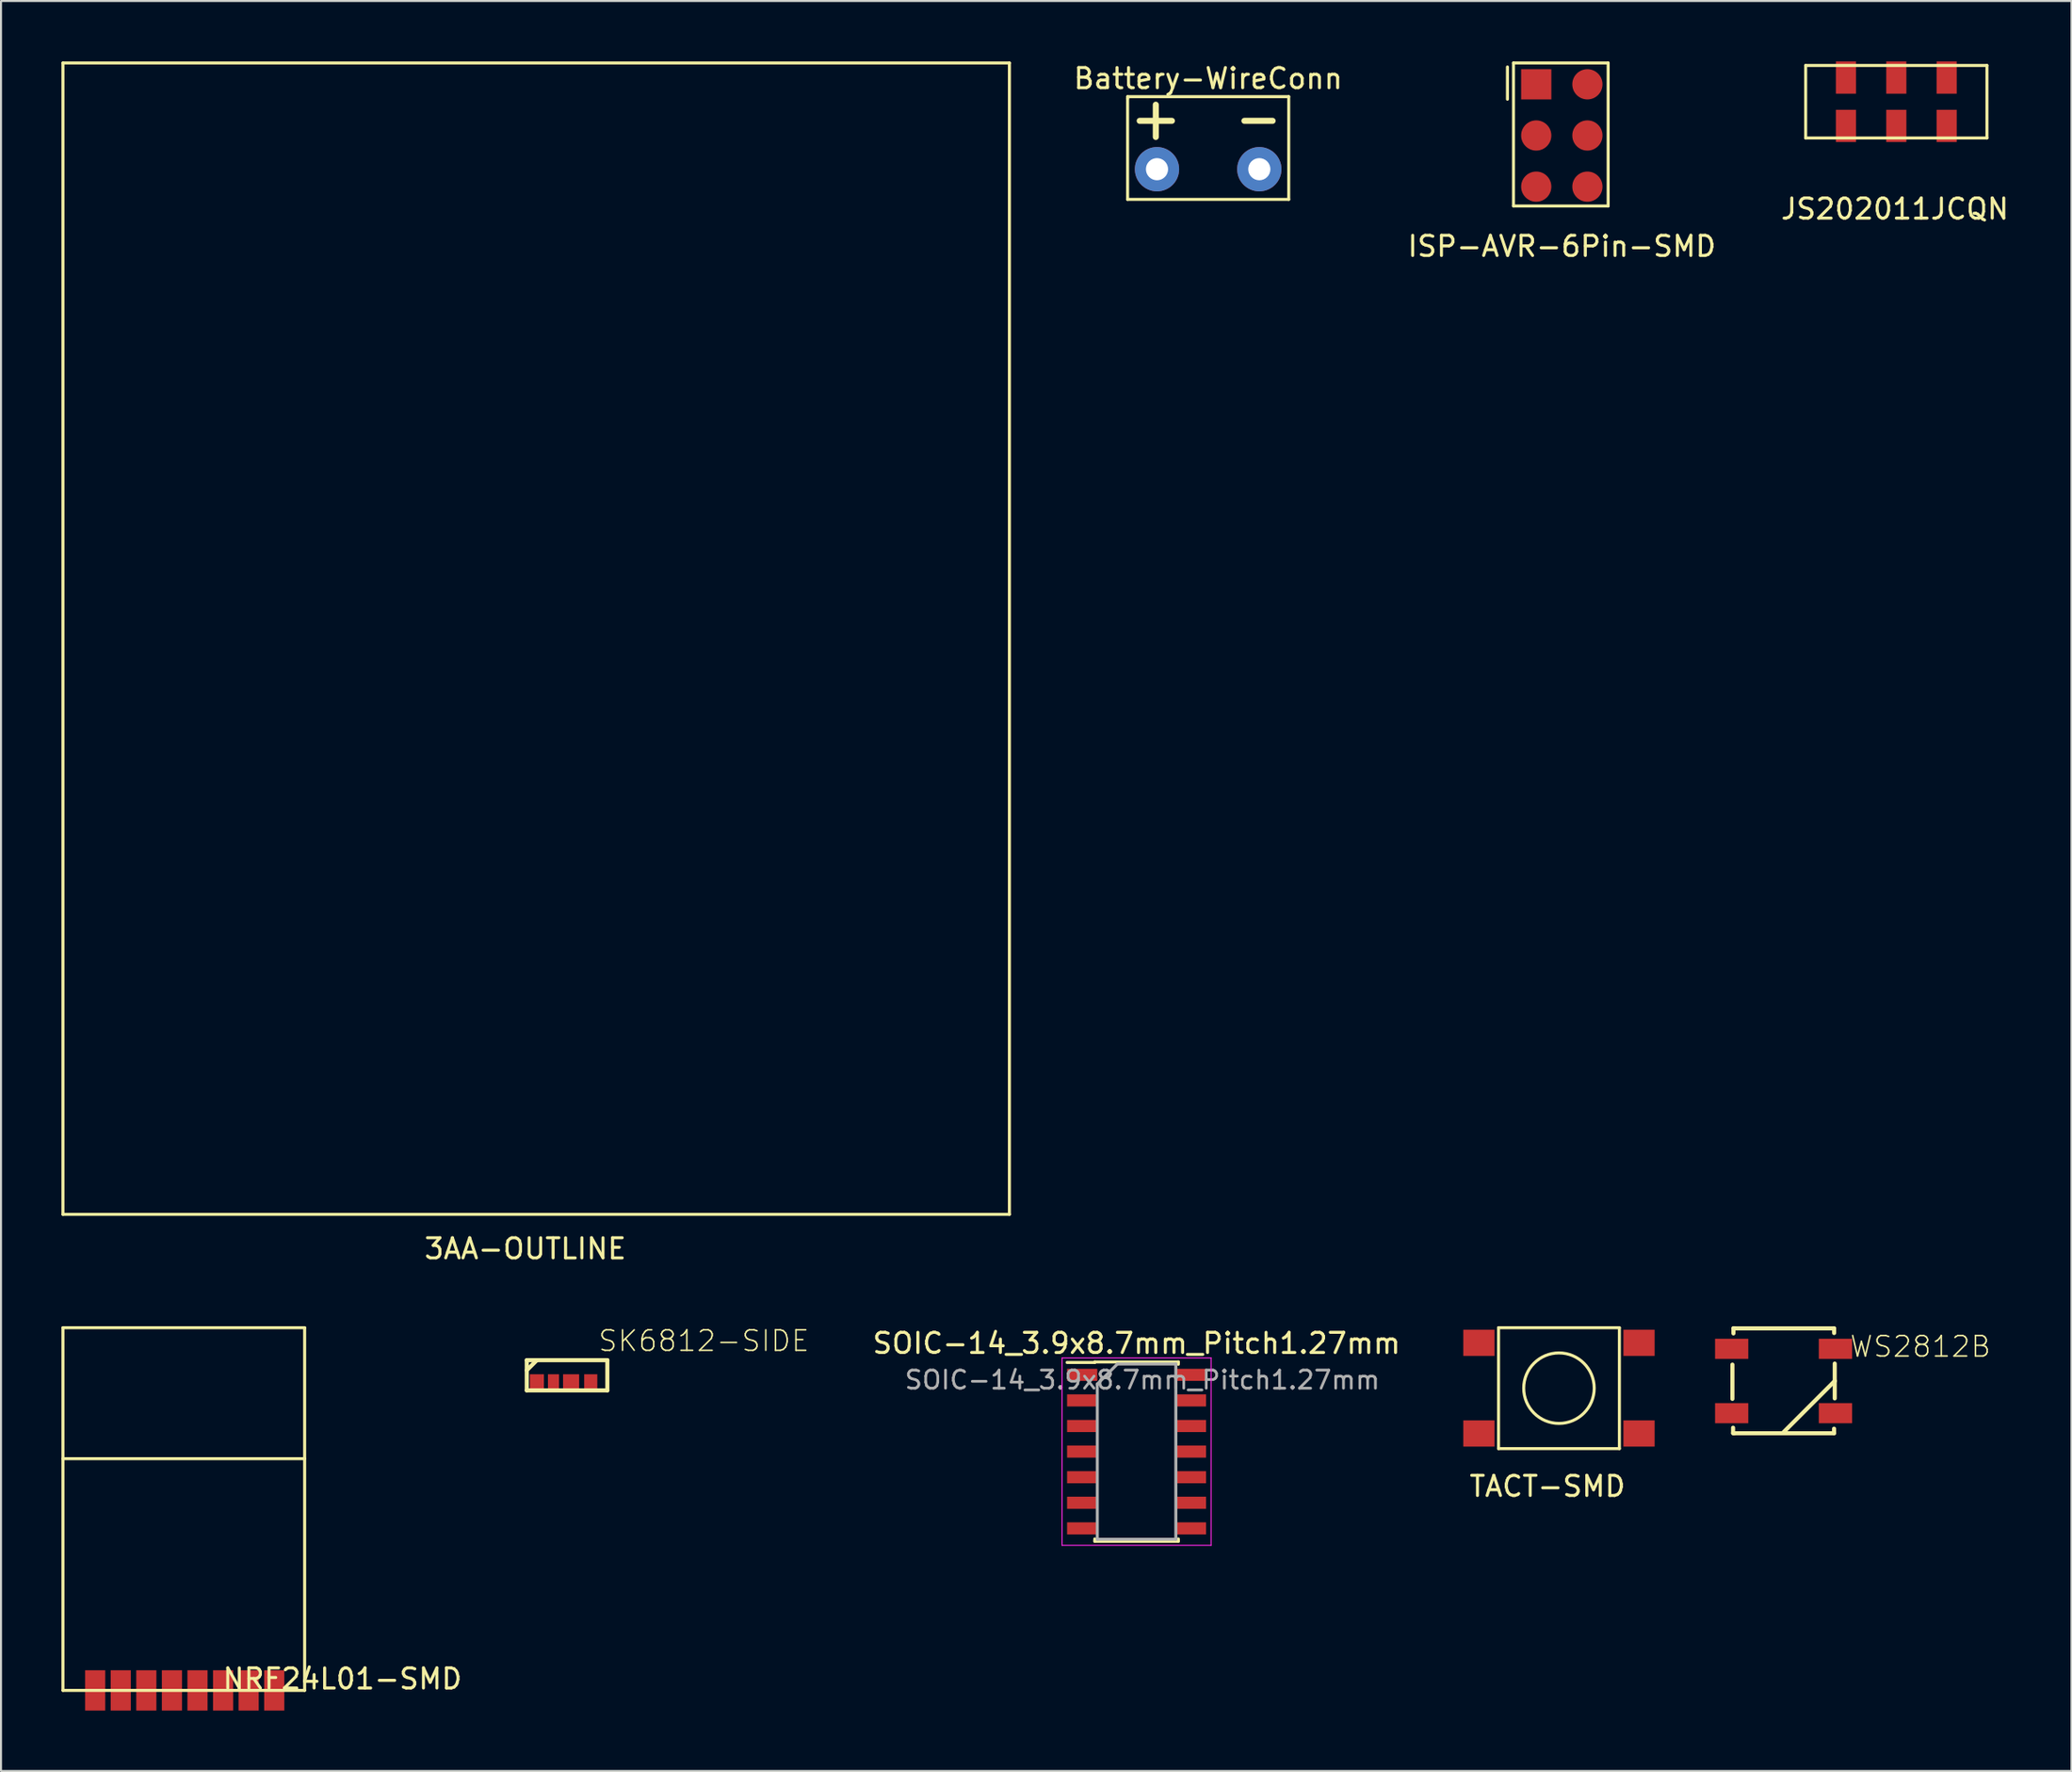
<source format=kicad_pcb>
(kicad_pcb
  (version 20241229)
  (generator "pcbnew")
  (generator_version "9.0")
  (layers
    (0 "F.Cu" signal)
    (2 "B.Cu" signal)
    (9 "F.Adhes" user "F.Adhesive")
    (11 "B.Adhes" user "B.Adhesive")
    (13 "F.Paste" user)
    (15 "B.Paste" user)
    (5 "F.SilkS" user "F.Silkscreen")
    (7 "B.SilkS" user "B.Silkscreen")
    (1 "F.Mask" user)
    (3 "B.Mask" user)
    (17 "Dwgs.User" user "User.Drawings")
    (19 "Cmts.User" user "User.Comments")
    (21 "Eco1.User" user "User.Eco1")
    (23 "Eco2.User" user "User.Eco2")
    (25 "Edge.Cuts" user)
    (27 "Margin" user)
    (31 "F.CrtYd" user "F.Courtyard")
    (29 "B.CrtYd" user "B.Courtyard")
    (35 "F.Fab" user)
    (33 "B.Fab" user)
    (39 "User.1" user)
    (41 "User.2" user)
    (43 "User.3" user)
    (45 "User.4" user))
  (footprint "WS2812B"
    (layer "F.Cu")
    (at 85.5 65.496)
    (property "Reference" "WS2812B" (at 6.792 -1.707 0) (layer "F.SilkS") (effects (font (size 1.016 1.016) (thickness 0.076))))
    (attr smd)
    (fp_line (start -2.54 0.889) (end -2.54 -0.813) (stroke (width 0.203) (type solid)) (layer "F.SilkS"))
    (fp_line (start -2.507 2.319) (end -2.507 2.588) (stroke (width 0.203) (type solid)) (layer "F.SilkS"))
    (fp_line (start -2.507 2.588) (end -2.456 2.588) (stroke (width 0.203) (type solid)) (layer "F.SilkS"))
    (fp_line (start -2.489 -2.616) (end -2.438 -2.616) (stroke (width 0.203) (type solid)) (layer "F.SilkS"))
    (fp_line (start -2.489 -2.362) (end -2.489 -2.616) (stroke (width 0.203) (type solid)) (layer "F.SilkS"))
    (fp_line (start -2.456 2.588) (end -2.456 2.593) (stroke (width 0.203) (type solid)) (layer "F.SilkS"))
    (fp_line (start -2.456 2.593) (end 2.507 2.593) (stroke (width 0.203) (type solid)) (layer "F.SilkS"))
    (fp_line (start -2.438 -2.616) (end -2.438 -2.611) (stroke (width 0.203) (type solid)) (layer "F.SilkS"))
    (fp_line (start -2.438 -2.611) (end 2.51 -2.611) (stroke (width 0.203) (type solid)) (layer "F.SilkS"))
    (fp_line (start 2.507 2.593) (end 2.507 2.367) (stroke (width 0.203) (type solid)) (layer "F.SilkS"))
    (fp_line (start 2.51 -2.611) (end 2.51 -2.38) (stroke (width 0.203) (type solid)) (layer "F.SilkS"))
    (fp_line (start 2.54 -0.864) (end 2.54 0) (stroke (width 0.203) (type solid)) (layer "F.SilkS"))
    (fp_line (start 2.54 0) (end 0 2.54) (stroke (width 0.203) (type solid)) (layer "F.SilkS"))
    (fp_line (start 2.54 0) (end 2.54 0.864) (stroke (width 0.203) (type solid)) (layer "F.SilkS"))
    (pad "1" smd rect (at -2.576 -1.598) (size 1.651 0.998) (layers "F.Cu" "F.Mask" "F.Paste"))
    (pad "2" smd rect (at -2.576 1.598) (size 1.651 0.998) (layers "F.Cu" "F.Mask" "F.Paste"))
    (pad "3" smd rect (at 2.576 1.598) (size 1.651 0.998) (layers "F.Cu" "F.Mask" "F.Paste"))
    (pad "4" smd rect (at 2.576 -1.598) (size 1.651 0.998) (layers "F.Cu" "F.Mask" "F.Paste")))
  (footprint "TACT-SMD"
    (layer "F.Cu")
    (at 74.349 65.853)
    (property "Reference" "TACT-SMD" (at -0.57 4.87 0) (layer "F.SilkS") (effects (font (size 1 1) (thickness 0.15))))
    (attr through_hole)
    (fp_line (start -3 -3) (end 3 -3) (stroke (width 0.15) (type solid)) (layer "F.SilkS"))
    (fp_line (start -3 3) (end -3 -3) (stroke (width 0.15) (type solid)) (layer "F.SilkS"))
    (fp_line (start 3 -3) (end 3 3) (stroke (width 0.15) (type solid)) (layer "F.SilkS"))
    (fp_line (start 3 3) (end -3 3) (stroke (width 0.15) (type solid)) (layer "F.SilkS"))
    (fp_circle (center 0 0) (end 1.75 0) (stroke (width 0.15) (type solid)) (fill no) (layer "F.SilkS"))
    (pad "1" smd rect (at -3.975 -2.25) (size 1.55 1.3) (layers "F.Cu" "F.Mask" "F.Paste"))
    (pad "2" smd rect (at -3.975 2.25) (size 1.55 1.3) (layers "F.Cu" "F.Mask" "F.Paste"))
    (pad "3" smd rect (at 3.975 -2.25) (size 1.55 1.3) (layers "F.Cu" "F.Mask" "F.Paste"))
    (pad "4" smd rect (at 3.975 2.25) (size 1.55 1.3) (layers "F.Cu" "F.Mask" "F.Paste")))
  (footprint "JS202011JCQN"
    (layer "F.Cu")
    (at 91.097 2)
    (property "Reference" "JS202011JCQN" (at -0.07 5.32 0) (layer "F.SilkS") (effects (font (size 1 1) (thickness 0.15))))
    (attr through_hole)
    (fp_line (start -4.5 -1.8) (end 4.5 -1.8) (stroke (width 0.15) (type solid)) (layer "F.SilkS"))
    (fp_line (start -4.5 1.8) (end -4.5 -1.8) (stroke (width 0.15) (type solid)) (layer "F.SilkS"))
    (fp_line (start 4.5 -1.8) (end 4.5 1.8) (stroke (width 0.15) (type solid)) (layer "F.SilkS"))
    (fp_line (start 4.5 1.8) (end -4.5 1.8) (stroke (width 0.15) (type solid)) (layer "F.SilkS"))
    (pad "1" smd rect (at -2.5 -1.2) (size 1 1.6) (layers "F.Cu" "F.Mask" "F.Paste"))
    (pad "2" smd rect (at 0 -1.2) (size 1 1.6) (layers "F.Cu" "F.Mask" "F.Paste"))
    (pad "3" smd rect (at 2.5 -1.2) (size 1 1.6) (layers "F.Cu" "F.Mask" "F.Paste"))
    (pad "5" smd rect (at -2.5 1.2) (size 1 1.6) (layers "F.Cu" "F.Mask" "F.Paste"))
    (pad "6" smd rect (at 0 1.2) (size 1 1.6) (layers "F.Cu" "F.Mask" "F.Paste"))
    (pad "7" smd rect (at 2.5 1.2) (size 1 1.6) (layers "F.Cu" "F.Mask" "F.Paste")))
  (footprint "Battery-WireConn"
    (layer "F.Cu")
    (at 56.932 5.348)
    (property "Reference" "Battery-WireConn" (at 0 -4.5 0) (layer "F.SilkS") (effects (font (size 1 1) (thickness 0.15))))
    (attr through_hole)
    (fp_line (start -4 -3.6) (end -4 -3.5) (stroke (width 0.15) (type solid)) (layer "F.SilkS"))
    (fp_line (start -4 -3.5) (end -4 1.5) (stroke (width 0.15) (type solid)) (layer "F.SilkS"))
    (fp_line (start -4 1.5) (end 4 1.5) (stroke (width 0.15) (type solid)) (layer "F.SilkS"))
    (fp_line (start -3.4 -2.4) (end -1.8 -2.4) (stroke (width 0.3) (type solid)) (layer "F.SilkS"))
    (fp_line (start -2.6 -1.6) (end -2.6 -3.2) (stroke (width 0.3) (type solid)) (layer "F.SilkS"))
    (fp_line (start 1.8 -2.4) (end 3.2 -2.4) (stroke (width 0.3) (type solid)) (layer "F.SilkS"))
    (fp_line (start 4 -3.6) (end -4 -3.6) (stroke (width 0.15) (type solid)) (layer "F.SilkS"))
    (fp_line (start 4 1.5) (end 4 -3.6) (stroke (width 0.15) (type solid)) (layer "F.SilkS"))
    (pad "1" thru_hole circle (at -2.54 0) (size 2.2 2.2) (drill 1.1) (layers "*.Cu" "*.Mask"))
    (pad "2" thru_hole circle (at 2.54 0) (size 2.2 2.2) (drill 1.1) (layers "*.Cu" "*.Mask")))
  (footprint "ISP-AVR-6Pin-SMD"
    (layer "F.Cu")
    (at 74.491 3.675)
    (property "Reference" "ISP-AVR-6Pin-SMD" (at 0 5.5 0) (layer "F.SilkS") (effects (font (size 1 1) (thickness 0.15))))
    (attr through_hole)
    (fp_line (start -2.7 -3.4) (end -2.7 -1.8) (stroke (width 0.15) (type solid)) (layer "F.SilkS"))
    (fp_line (start -2.4 -3.6) (end 2.3 -3.6) (stroke (width 0.15) (type solid)) (layer "F.SilkS"))
    (fp_line (start -2.4 3.5) (end -2.4 -3.6) (stroke (width 0.15) (type solid)) (layer "F.SilkS"))
    (fp_line (start 2.3 -3.6) (end 2.3 3.5) (stroke (width 0.15) (type solid)) (layer "F.SilkS"))
    (fp_line (start 2.3 3.5) (end -2.4 3.5) (stroke (width 0.15) (type solid)) (layer "F.SilkS"))
    (pad "1" smd rect (at -1.27 -2.54) (size 1.5 1.5) (layers "F.Cu" "F.Mask" "F.Paste"))
    (pad "2" smd circle (at 1.27 -2.54) (size 1.5 1.5) (layers "F.Cu" "F.Mask" "F.Paste"))
    (pad "3" smd circle (at -1.27 0) (size 1.5 1.5) (layers "F.Cu" "F.Mask" "F.Paste"))
    (pad "4" smd circle (at 1.27 0) (size 1.5 1.5) (layers "F.Cu" "F.Mask" "F.Paste"))
    (pad "5" smd circle (at -1.27 2.54) (size 1.5 1.5) (layers "F.Cu" "F.Mask" "F.Paste"))
    (pad "6" smd circle (at 1.27 2.54) (size 1.5 1.5) (layers "F.Cu" "F.Mask" "F.Paste")))
  (footprint "3AA-OUTLINE"
    (layer "F.Cu")
    (at 23.57 28.65)
    (property "Reference" "3AA-OUTLINE" (at -0.54 30.28 0) (layer "F.SilkS") (effects (font (size 1 1) (thickness 0.15))))
    (attr through_hole)
    (fp_line (start -23.495 -28.575) (end -23.495 28.575) (stroke (width 0.15) (type solid)) (layer "F.SilkS"))
    (fp_line (start -23.495 -28.575) (end 23.495 -28.575) (stroke (width 0.15) (type solid)) (layer "F.SilkS"))
    (fp_line (start 23.495 -28.575) (end 23.495 28.575) (stroke (width 0.15) (type solid)) (layer "F.SilkS"))
    (fp_line (start 23.495 28.575) (end -23.495 28.575) (stroke (width 0.15) (type solid)) (layer "F.SilkS")))
  (footprint "SOIC-14_3.9x8.7mm_Pitch1.27mm"
    (layer "F.Cu")
    (at 53.378 69.001)
    (property "Reference" "SOIC-14_3.9x8.7mm_Pitch1.27mm" (at 0 -5.375 0) (layer "F.SilkS") (effects (font (size 1 1) (thickness 0.15))))
    (attr smd)
    (fp_line (start -2.075 -4.45) (end -2.075 -4.425) (stroke (width 0.15) (type solid)) (layer "F.SilkS"))
    (fp_line (start -2.075 -4.45) (end 2.075 -4.45) (stroke (width 0.15) (type solid)) (layer "F.SilkS"))
    (fp_line (start -2.075 -4.425) (end -3.45 -4.425) (stroke (width 0.15) (type solid)) (layer "F.SilkS"))
    (fp_line (start -2.075 4.45) (end -2.075 4.335) (stroke (width 0.15) (type solid)) (layer "F.SilkS"))
    (fp_line (start -2.075 4.45) (end 2.075 4.45) (stroke (width 0.15) (type solid)) (layer "F.SilkS"))
    (fp_line (start 2.075 -4.45) (end 2.075 -4.335) (stroke (width 0.15) (type solid)) (layer "F.SilkS"))
    (fp_line (start 2.075 4.45) (end 2.075 4.335) (stroke (width 0.15) (type solid)) (layer "F.SilkS"))
    (fp_line (start -3.7 -4.65) (end -3.7 4.65) (stroke (width 0.05) (type solid)) (layer "F.CrtYd"))
    (fp_line (start -3.7 -4.65) (end 3.7 -4.65) (stroke (width 0.05) (type solid)) (layer "F.CrtYd"))
    (fp_line (start -3.7 4.65) (end 3.7 4.65) (stroke (width 0.05) (type solid)) (layer "F.CrtYd"))
    (fp_line (start 3.7 -4.65) (end 3.7 4.65) (stroke (width 0.05) (type solid)) (layer "F.CrtYd"))
    (fp_line (start -1.95 -3.35) (end -0.95 -4.35) (stroke (width 0.15) (type solid)) (layer "F.Fab"))
    (fp_line (start -1.95 4.35) (end -1.95 -3.35) (stroke (width 0.15) (type solid)) (layer "F.Fab"))
    (fp_line (start -0.95 -4.35) (end 1.95 -4.35) (stroke (width 0.15) (type solid)) (layer "F.Fab"))
    (fp_line (start 1.95 -4.35) (end 1.95 4.35) (stroke (width 0.15) (type solid)) (layer "F.Fab"))
    (fp_line (start 1.95 4.35) (end -1.95 4.35) (stroke (width 0.15) (type solid)) (layer "F.Fab"))
    (fp_text user "${REFERENCE}" (at 0.287 -3.556 0) (layer "F.Fab") (effects (font (size 0.9 0.9) (thickness 0.135))))
    (pad "1" smd rect (at -2.7 -3.81) (size 1.5 0.6) (layers "F.Cu" "F.Mask" "F.Paste"))
    (pad "2" smd rect (at -2.7 -2.54) (size 1.5 0.6) (layers "F.Cu" "F.Mask" "F.Paste"))
    (pad "3" smd rect (at -2.7 -1.27) (size 1.5 0.6) (layers "F.Cu" "F.Mask" "F.Paste"))
    (pad "4" smd rect (at -2.7 0) (size 1.5 0.6) (layers "F.Cu" "F.Mask" "F.Paste"))
    (pad "5" smd rect (at -2.7 1.27) (size 1.5 0.6) (layers "F.Cu" "F.Mask" "F.Paste"))
    (pad "6" smd rect (at -2.7 2.54) (size 1.5 0.6) (layers "F.Cu" "F.Mask" "F.Paste"))
    (pad "7" smd rect (at -2.7 3.81) (size 1.5 0.6) (layers "F.Cu" "F.Mask" "F.Paste"))
    (pad "8" smd rect (at 2.7 3.81) (size 1.5 0.6) (layers "F.Cu" "F.Mask" "F.Paste"))
    (pad "9" smd rect (at 2.7 2.54) (size 1.5 0.6) (layers "F.Cu" "F.Mask" "F.Paste"))
    (pad "10" smd rect (at 2.7 1.27) (size 1.5 0.6) (layers "F.Cu" "F.Mask" "F.Paste"))
    (pad "11" smd rect (at 2.7 0) (size 1.5 0.6) (layers "F.Cu" "F.Mask" "F.Paste"))
    (pad "12" smd rect (at 2.7 -1.27) (size 1.5 0.6) (layers "F.Cu" "F.Mask" "F.Paste"))
    (pad "13" smd rect (at 2.7 -2.54) (size 1.5 0.6) (layers "F.Cu" "F.Mask" "F.Paste"))
    (pad "14" smd rect (at 2.7 -3.81) (size 1.5 0.6) (layers "F.Cu" "F.Mask" "F.Paste")))
  (footprint "NRF24L01-SMD"
    (layer "F.Cu")
    (at 6.075 72.153)
    (property "Reference" "NRF24L01-SMD" (at 7.874 8.128 0) (layer "F.SilkS") (effects (font (size 1 1) (thickness 0.15))))
    (attr through_hole)
    (fp_line (start -6 -9.3) (end 6 -9.3) (stroke (width 0.15) (type solid)) (layer "F.SilkS"))
    (fp_line (start -6 -2.8) (end 6 -2.8) (stroke (width 0.15) (type solid)) (layer "F.SilkS"))
    (fp_line (start -6 8.7) (end -6 -9.3) (stroke (width 0.15) (type solid)) (layer "F.SilkS"))
    (fp_line (start 6 -9.3) (end 6 8.7) (stroke (width 0.15) (type solid)) (layer "F.SilkS"))
    (fp_line (start 6 8.7) (end -6 8.7) (stroke (width 0.15) (type solid)) (layer "F.SilkS"))
    (pad "1" smd rect (at -3.13 8.7) (size 1 2) (layers "F.Cu" "F.Mask" "F.Paste"))
    (pad "2" smd rect (at -4.4 8.7) (size 1 2) (layers "F.Cu" "F.Mask" "F.Paste"))
    (pad "3" smd rect (at -1.86 8.7) (size 1 2) (layers "F.Cu" "F.Mask" "F.Paste"))
    (pad "4" smd rect (at -0.59 8.7) (size 1 2) (layers "F.Cu" "F.Mask" "F.Paste"))
    (pad "5" smd rect (at 0.68 8.7) (size 1 2) (layers "F.Cu" "F.Mask" "F.Paste"))
    (pad "6" smd rect (at 1.95 8.7) (size 1 2) (layers "F.Cu" "F.Mask" "F.Paste"))
    (pad "7" smd rect (at 3.22 8.7) (size 1 2) (layers "F.Cu" "F.Mask" "F.Paste"))
    (pad "8" smd rect (at 4.49 8.7) (size 1 2) (layers "F.Cu" "F.Mask" "F.Paste")))
  (footprint "SK6812-SIDE"
    (layer "F.Cu")
    (at 25.104 65.213)
    (property "Reference" "SK6812-SIDE" (at 6.792 -1.707 0) (layer "F.SilkS") (effects (font (size 1.016 1.016) (thickness 0.076))))
    (attr smd)
    (fp_line (start -2 -0.75) (end 2 -0.75) (stroke (width 0.203) (type solid)) (layer "F.SilkS"))
    (fp_line (start -2 -0.25) (end -1.5 -0.75) (stroke (width 0.203) (type solid)) (layer "F.SilkS"))
    (fp_line (start -2 0.75) (end -2 -0.75) (stroke (width 0.203) (type solid)) (layer "F.SilkS"))
    (fp_line (start -2 0.75) (end 2 0.75) (stroke (width 0.203) (type solid)) (layer "F.SilkS"))
    (fp_line (start 2 -0.75) (end 2 0.75) (stroke (width 0.203) (type solid)) (layer "F.SilkS"))
    (pad "1" smd rect (at 0.2 0.375) (size 0.8 0.85) (layers "F.Cu" "F.Mask" "F.Paste"))
    (pad "2" smd rect (at -0.675 0.375) (size 0.55 0.85) (layers "F.Cu" "F.Mask" "F.Paste"))
    (pad "3" smd rect (at -1.5 0.375) (size 0.7 0.85) (layers "F.Cu" "F.Mask" "F.Paste"))
    (pad "4" smd rect (at 1.175 0.375) (size 0.65 0.85) (layers "F.Cu" "F.Mask" "F.Paste")))
  (gr_rect
    (start -3 -3)
    (end 99.795 84.853)
    (stroke (width 0.1) (type default))
    (fill no)
    (layer "Edge.Cuts")))
</source>
